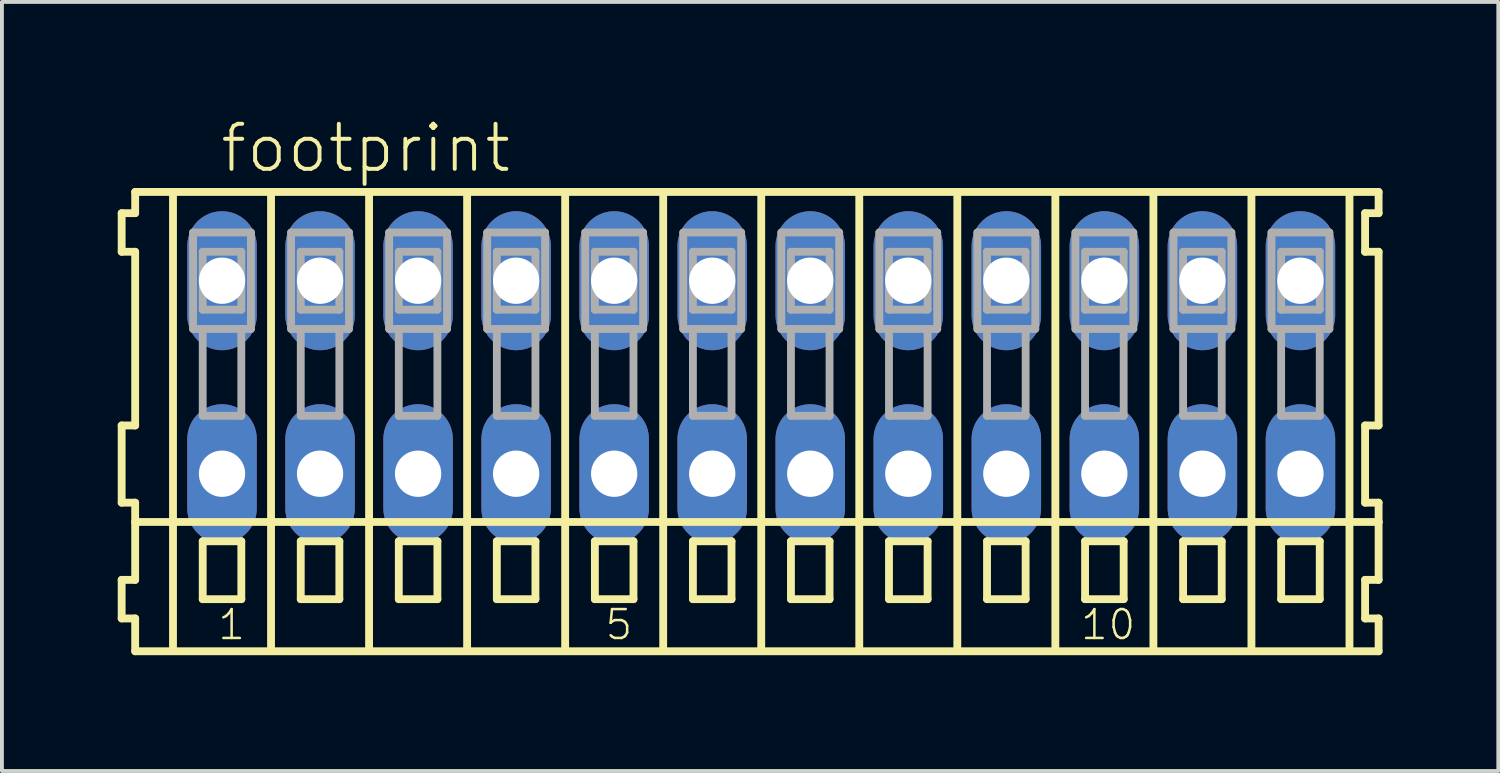
<source format=kicad_pcb>
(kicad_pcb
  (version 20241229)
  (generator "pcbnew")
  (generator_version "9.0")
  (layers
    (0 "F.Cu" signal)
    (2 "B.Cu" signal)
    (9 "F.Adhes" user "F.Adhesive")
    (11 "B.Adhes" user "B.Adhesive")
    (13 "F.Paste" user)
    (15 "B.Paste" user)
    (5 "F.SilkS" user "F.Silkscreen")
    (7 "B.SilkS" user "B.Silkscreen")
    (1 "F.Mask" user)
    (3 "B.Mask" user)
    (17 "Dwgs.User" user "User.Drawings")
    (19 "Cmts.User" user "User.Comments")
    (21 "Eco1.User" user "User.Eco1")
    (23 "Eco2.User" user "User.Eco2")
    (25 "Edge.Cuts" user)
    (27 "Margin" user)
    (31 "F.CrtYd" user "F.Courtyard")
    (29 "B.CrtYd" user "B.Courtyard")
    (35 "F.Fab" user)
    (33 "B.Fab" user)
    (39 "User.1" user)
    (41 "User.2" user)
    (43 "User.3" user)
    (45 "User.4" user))
  (footprint "footprint"
    (layer "F.Cu")
    (at 16.672 6.723)
    (property "Reference" "footprint" (at -14.07 -5.25 0) (layer "F.SilkS") (effects (font (size 1.168 1.168) (thickness 0.102)) (justify left bottom)))
    (fp_line (start -16.57 -4.25) (end -16.57 -3.25) (stroke (width 0.203) (type solid)) (layer "F.SilkS"))
    (fp_line (start -16.57 -3.25) (end -16.22 -3.25) (stroke (width 0.203) (type solid)) (layer "F.SilkS"))
    (fp_line (start -16.57 1.25) (end -16.57 3.25) (stroke (width 0.203) (type solid)) (layer "F.SilkS"))
    (fp_line (start -16.57 3.25) (end -16.22 3.25) (stroke (width 0.203) (type solid)) (layer "F.SilkS"))
    (fp_line (start -16.57 5.25) (end -16.57 6.25) (stroke (width 0.203) (type solid)) (layer "F.SilkS"))
    (fp_line (start -16.57 6.25) (end -16.22 6.25) (stroke (width 0.203) (type solid)) (layer "F.SilkS"))
    (fp_line (start -16.22 -4.8) (end -16.22 -4.25) (stroke (width 0.203) (type solid)) (layer "F.SilkS"))
    (fp_line (start -16.22 -4.25) (end -16.57 -4.25) (stroke (width 0.203) (type solid)) (layer "F.SilkS"))
    (fp_line (start -16.22 -3.25) (end -16.22 1.25) (stroke (width 0.203) (type solid)) (layer "F.SilkS"))
    (fp_line (start -16.22 1.25) (end -16.57 1.25) (stroke (width 0.203) (type solid)) (layer "F.SilkS"))
    (fp_line (start -16.22 3.25) (end -16.22 5.25) (stroke (width 0.203) (type solid)) (layer "F.SilkS"))
    (fp_line (start -16.22 3.75) (end 15.995 3.75) (stroke (width 0.203) (type solid)) (layer "F.SilkS"))
    (fp_line (start -16.22 5.25) (end -16.57 5.25) (stroke (width 0.203) (type solid)) (layer "F.SilkS"))
    (fp_line (start -16.22 6.25) (end -16.22 7.1) (stroke (width 0.203) (type solid)) (layer "F.SilkS"))
    (fp_line (start -16.22 7.1) (end 15.995 7.1) (stroke (width 0.203) (type solid)) (layer "F.SilkS"))
    (fp_line (start -15.24 6.985) (end -15.24 -4.699) (stroke (width 0.203) (type solid)) (layer "F.SilkS"))
    (fp_line (start -14.47 4.25) (end -14.47 5.75) (stroke (width 0.203) (type solid)) (layer "F.SilkS"))
    (fp_line (start -14.47 5.75) (end -13.47 5.75) (stroke (width 0.203) (type solid)) (layer "F.SilkS"))
    (fp_line (start -13.47 4.25) (end -14.47 4.25) (stroke (width 0.203) (type solid)) (layer "F.SilkS"))
    (fp_line (start -13.47 5.75) (end -13.47 4.25) (stroke (width 0.203) (type solid)) (layer "F.SilkS"))
    (fp_line (start -12.7 6.985) (end -12.7 -4.699) (stroke (width 0.203) (type solid)) (layer "F.SilkS"))
    (fp_line (start -11.93 4.25) (end -11.93 5.75) (stroke (width 0.203) (type solid)) (layer "F.SilkS"))
    (fp_line (start -11.93 5.75) (end -10.93 5.75) (stroke (width 0.203) (type solid)) (layer "F.SilkS"))
    (fp_line (start -10.93 4.25) (end -11.93 4.25) (stroke (width 0.203) (type solid)) (layer "F.SilkS"))
    (fp_line (start -10.93 5.75) (end -10.93 4.25) (stroke (width 0.203) (type solid)) (layer "F.SilkS"))
    (fp_line (start -10.16 6.985) (end -10.16 -4.699) (stroke (width 0.203) (type solid)) (layer "F.SilkS"))
    (fp_line (start -9.39 4.25) (end -9.39 5.75) (stroke (width 0.203) (type solid)) (layer "F.SilkS"))
    (fp_line (start -9.39 5.75) (end -8.39 5.75) (stroke (width 0.203) (type solid)) (layer "F.SilkS"))
    (fp_line (start -8.39 4.25) (end -9.39 4.25) (stroke (width 0.203) (type solid)) (layer "F.SilkS"))
    (fp_line (start -8.39 5.75) (end -8.39 4.25) (stroke (width 0.203) (type solid)) (layer "F.SilkS"))
    (fp_line (start -7.62 6.985) (end -7.62 -4.699) (stroke (width 0.203) (type solid)) (layer "F.SilkS"))
    (fp_line (start -6.85 4.25) (end -6.85 5.75) (stroke (width 0.203) (type solid)) (layer "F.SilkS"))
    (fp_line (start -6.85 5.75) (end -5.85 5.75) (stroke (width 0.203) (type solid)) (layer "F.SilkS"))
    (fp_line (start -5.85 4.25) (end -6.85 4.25) (stroke (width 0.203) (type solid)) (layer "F.SilkS"))
    (fp_line (start -5.85 5.75) (end -5.85 4.25) (stroke (width 0.203) (type solid)) (layer "F.SilkS"))
    (fp_line (start -5.08 6.985) (end -5.08 -4.699) (stroke (width 0.203) (type solid)) (layer "F.SilkS"))
    (fp_line (start -4.31 4.25) (end -4.31 5.75) (stroke (width 0.203) (type solid)) (layer "F.SilkS"))
    (fp_line (start -4.31 5.75) (end -3.31 5.75) (stroke (width 0.203) (type solid)) (layer "F.SilkS"))
    (fp_line (start -3.31 4.25) (end -4.31 4.25) (stroke (width 0.203) (type solid)) (layer "F.SilkS"))
    (fp_line (start -3.31 5.75) (end -3.31 4.25) (stroke (width 0.203) (type solid)) (layer "F.SilkS"))
    (fp_line (start -2.54 6.985) (end -2.54 -4.699) (stroke (width 0.203) (type solid)) (layer "F.SilkS"))
    (fp_line (start -1.77 4.25) (end -1.77 5.75) (stroke (width 0.203) (type solid)) (layer "F.SilkS"))
    (fp_line (start -1.77 5.75) (end -0.77 5.75) (stroke (width 0.203) (type solid)) (layer "F.SilkS"))
    (fp_line (start -0.77 4.25) (end -1.77 4.25) (stroke (width 0.203) (type solid)) (layer "F.SilkS"))
    (fp_line (start -0.77 5.75) (end -0.77 4.25) (stroke (width 0.203) (type solid)) (layer "F.SilkS"))
    (fp_line (start 0 6.985) (end 0 -4.699) (stroke (width 0.203) (type solid)) (layer "F.SilkS"))
    (fp_line (start 0.77 4.25) (end 0.77 5.75) (stroke (width 0.203) (type solid)) (layer "F.SilkS"))
    (fp_line (start 0.77 5.75) (end 1.77 5.75) (stroke (width 0.203) (type solid)) (layer "F.SilkS"))
    (fp_line (start 1.77 4.25) (end 0.77 4.25) (stroke (width 0.203) (type solid)) (layer "F.SilkS"))
    (fp_line (start 1.77 5.75) (end 1.77 4.25) (stroke (width 0.203) (type solid)) (layer "F.SilkS"))
    (fp_line (start 2.54 6.985) (end 2.54 -4.699) (stroke (width 0.203) (type solid)) (layer "F.SilkS"))
    (fp_line (start 3.31 4.25) (end 3.31 5.75) (stroke (width 0.203) (type solid)) (layer "F.SilkS"))
    (fp_line (start 3.31 5.75) (end 4.31 5.75) (stroke (width 0.203) (type solid)) (layer "F.SilkS"))
    (fp_line (start 4.31 4.25) (end 3.31 4.25) (stroke (width 0.203) (type solid)) (layer "F.SilkS"))
    (fp_line (start 4.31 5.75) (end 4.31 4.25) (stroke (width 0.203) (type solid)) (layer "F.SilkS"))
    (fp_line (start 5.08 6.985) (end 5.08 -4.699) (stroke (width 0.203) (type solid)) (layer "F.SilkS"))
    (fp_line (start 5.85 4.25) (end 5.85 5.75) (stroke (width 0.203) (type solid)) (layer "F.SilkS"))
    (fp_line (start 5.85 5.75) (end 6.85 5.75) (stroke (width 0.203) (type solid)) (layer "F.SilkS"))
    (fp_line (start 6.85 4.25) (end 5.85 4.25) (stroke (width 0.203) (type solid)) (layer "F.SilkS"))
    (fp_line (start 6.85 5.75) (end 6.85 4.25) (stroke (width 0.203) (type solid)) (layer "F.SilkS"))
    (fp_line (start 7.62 6.985) (end 7.62 -4.699) (stroke (width 0.203) (type solid)) (layer "F.SilkS"))
    (fp_line (start 8.39 4.25) (end 8.39 5.75) (stroke (width 0.203) (type solid)) (layer "F.SilkS"))
    (fp_line (start 8.39 5.75) (end 9.39 5.75) (stroke (width 0.203) (type solid)) (layer "F.SilkS"))
    (fp_line (start 9.39 4.25) (end 8.39 4.25) (stroke (width 0.203) (type solid)) (layer "F.SilkS"))
    (fp_line (start 9.39 5.75) (end 9.39 4.25) (stroke (width 0.203) (type solid)) (layer "F.SilkS"))
    (fp_line (start 10.16 6.985) (end 10.16 -4.699) (stroke (width 0.203) (type solid)) (layer "F.SilkS"))
    (fp_line (start 10.93 4.25) (end 10.93 5.75) (stroke (width 0.203) (type solid)) (layer "F.SilkS"))
    (fp_line (start 10.93 5.75) (end 11.93 5.75) (stroke (width 0.203) (type solid)) (layer "F.SilkS"))
    (fp_line (start 11.93 4.25) (end 10.93 4.25) (stroke (width 0.203) (type solid)) (layer "F.SilkS"))
    (fp_line (start 11.93 5.75) (end 11.93 4.25) (stroke (width 0.203) (type solid)) (layer "F.SilkS"))
    (fp_line (start 12.7 6.985) (end 12.7 -4.699) (stroke (width 0.203) (type solid)) (layer "F.SilkS"))
    (fp_line (start 13.47 4.25) (end 13.47 5.75) (stroke (width 0.203) (type solid)) (layer "F.SilkS"))
    (fp_line (start 13.47 5.75) (end 14.47 5.75) (stroke (width 0.203) (type solid)) (layer "F.SilkS"))
    (fp_line (start 14.47 4.25) (end 13.47 4.25) (stroke (width 0.203) (type solid)) (layer "F.SilkS"))
    (fp_line (start 14.47 5.75) (end 14.47 4.25) (stroke (width 0.203) (type solid)) (layer "F.SilkS"))
    (fp_line (start 15.24 6.985) (end 15.24 -4.699) (stroke (width 0.203) (type solid)) (layer "F.SilkS"))
    (fp_line (start 15.645 -4.25) (end 15.645 -3.25) (stroke (width 0.203) (type solid)) (layer "F.SilkS"))
    (fp_line (start 15.645 -3.25) (end 15.995 -3.25) (stroke (width 0.203) (type solid)) (layer "F.SilkS"))
    (fp_line (start 15.645 1.25) (end 15.645 3.25) (stroke (width 0.203) (type solid)) (layer "F.SilkS"))
    (fp_line (start 15.645 3.25) (end 15.995 3.25) (stroke (width 0.203) (type solid)) (layer "F.SilkS"))
    (fp_line (start 15.645 5.25) (end 15.645 6.25) (stroke (width 0.203) (type solid)) (layer "F.SilkS"))
    (fp_line (start 15.645 6.25) (end 15.995 6.25) (stroke (width 0.203) (type solid)) (layer "F.SilkS"))
    (fp_line (start 15.995 -4.8) (end -16.22 -4.8) (stroke (width 0.203) (type solid)) (layer "F.SilkS"))
    (fp_line (start 15.995 -4.25) (end 15.645 -4.25) (stroke (width 0.203) (type solid)) (layer "F.SilkS"))
    (fp_line (start 15.995 -4.25) (end 15.995 -4.8) (stroke (width 0.203) (type solid)) (layer "F.SilkS"))
    (fp_line (start 15.995 1.25) (end 15.645 1.25) (stroke (width 0.203) (type solid)) (layer "F.SilkS"))
    (fp_line (start 15.995 1.25) (end 15.995 -3.25) (stroke (width 0.203) (type solid)) (layer "F.SilkS"))
    (fp_line (start 15.995 3.75) (end 15.995 3.25) (stroke (width 0.203) (type solid)) (layer "F.SilkS"))
    (fp_line (start 15.995 5.25) (end 15.645 5.25) (stroke (width 0.203) (type solid)) (layer "F.SilkS"))
    (fp_line (start 15.995 5.25) (end 15.995 3.75) (stroke (width 0.203) (type solid)) (layer "F.SilkS"))
    (fp_line (start 15.995 7.1) (end 15.995 6.25) (stroke (width 0.203) (type solid)) (layer "F.SilkS"))
    (fp_line (start -14.72 -3.75) (end -14.72 -1.25) (stroke (width 0.203) (type solid)) (layer "F.Fab"))
    (fp_line (start -14.72 -1.25) (end -14.47 -1.25) (stroke (width 0.203) (type solid)) (layer "F.Fab"))
    (fp_line (start -14.47 -3.25) (end -14.47 -1.75) (stroke (width 0.203) (type solid)) (layer "F.Fab"))
    (fp_line (start -14.47 -1.75) (end -13.47 -1.75) (stroke (width 0.203) (type solid)) (layer "F.Fab"))
    (fp_line (start -14.47 -1.25) (end -14.47 1) (stroke (width 0.203) (type solid)) (layer "F.Fab"))
    (fp_line (start -14.47 -1.25) (end -13.47 -1.25) (stroke (width 0.203) (type solid)) (layer "F.Fab"))
    (fp_line (start -14.47 1) (end -13.47 1) (stroke (width 0.203) (type solid)) (layer "F.Fab"))
    (fp_line (start -13.47 -3.25) (end -14.47 -3.25) (stroke (width 0.203) (type solid)) (layer "F.Fab"))
    (fp_line (start -13.47 -1.75) (end -13.47 -3.25) (stroke (width 0.203) (type solid)) (layer "F.Fab"))
    (fp_line (start -13.47 -1.25) (end -13.22 -1.25) (stroke (width 0.203) (type solid)) (layer "F.Fab"))
    (fp_line (start -13.47 1) (end -13.47 -1.25) (stroke (width 0.203) (type solid)) (layer "F.Fab"))
    (fp_line (start -13.22 -3.75) (end -14.72 -3.75) (stroke (width 0.203) (type solid)) (layer "F.Fab"))
    (fp_line (start -13.22 -1.25) (end -13.22 -3.75) (stroke (width 0.203) (type solid)) (layer "F.Fab"))
    (fp_line (start -12.18 -3.75) (end -12.18 -1.25) (stroke (width 0.203) (type solid)) (layer "F.Fab"))
    (fp_line (start -12.18 -1.25) (end -11.93 -1.25) (stroke (width 0.203) (type solid)) (layer "F.Fab"))
    (fp_line (start -11.93 -3.25) (end -11.93 -1.75) (stroke (width 0.203) (type solid)) (layer "F.Fab"))
    (fp_line (start -11.93 -1.75) (end -10.93 -1.75) (stroke (width 0.203) (type solid)) (layer "F.Fab"))
    (fp_line (start -11.93 -1.25) (end -11.93 1) (stroke (width 0.203) (type solid)) (layer "F.Fab"))
    (fp_line (start -11.93 -1.25) (end -10.93 -1.25) (stroke (width 0.203) (type solid)) (layer "F.Fab"))
    (fp_line (start -11.93 1) (end -10.93 1) (stroke (width 0.203) (type solid)) (layer "F.Fab"))
    (fp_line (start -10.93 -3.25) (end -11.93 -3.25) (stroke (width 0.203) (type solid)) (layer "F.Fab"))
    (fp_line (start -10.93 -1.75) (end -10.93 -3.25) (stroke (width 0.203) (type solid)) (layer "F.Fab"))
    (fp_line (start -10.93 -1.25) (end -10.68 -1.25) (stroke (width 0.203) (type solid)) (layer "F.Fab"))
    (fp_line (start -10.93 1) (end -10.93 -1.25) (stroke (width 0.203) (type solid)) (layer "F.Fab"))
    (fp_line (start -10.68 -3.75) (end -12.18 -3.75) (stroke (width 0.203) (type solid)) (layer "F.Fab"))
    (fp_line (start -10.68 -1.25) (end -10.68 -3.75) (stroke (width 0.203) (type solid)) (layer "F.Fab"))
    (fp_line (start -9.64 -3.75) (end -9.64 -1.25) (stroke (width 0.203) (type solid)) (layer "F.Fab"))
    (fp_line (start -9.64 -1.25) (end -9.39 -1.25) (stroke (width 0.203) (type solid)) (layer "F.Fab"))
    (fp_line (start -9.39 -3.25) (end -9.39 -1.75) (stroke (width 0.203) (type solid)) (layer "F.Fab"))
    (fp_line (start -9.39 -1.75) (end -8.39 -1.75) (stroke (width 0.203) (type solid)) (layer "F.Fab"))
    (fp_line (start -9.39 -1.25) (end -9.39 1) (stroke (width 0.203) (type solid)) (layer "F.Fab"))
    (fp_line (start -9.39 -1.25) (end -8.39 -1.25) (stroke (width 0.203) (type solid)) (layer "F.Fab"))
    (fp_line (start -9.39 1) (end -8.39 1) (stroke (width 0.203) (type solid)) (layer "F.Fab"))
    (fp_line (start -8.39 -3.25) (end -9.39 -3.25) (stroke (width 0.203) (type solid)) (layer "F.Fab"))
    (fp_line (start -8.39 -1.75) (end -8.39 -3.25) (stroke (width 0.203) (type solid)) (layer "F.Fab"))
    (fp_line (start -8.39 -1.25) (end -8.14 -1.25) (stroke (width 0.203) (type solid)) (layer "F.Fab"))
    (fp_line (start -8.39 1) (end -8.39 -1.25) (stroke (width 0.203) (type solid)) (layer "F.Fab"))
    (fp_line (start -8.14 -3.75) (end -9.64 -3.75) (stroke (width 0.203) (type solid)) (layer "F.Fab"))
    (fp_line (start -8.14 -1.25) (end -8.14 -3.75) (stroke (width 0.203) (type solid)) (layer "F.Fab"))
    (fp_line (start -7.1 -3.75) (end -7.1 -1.25) (stroke (width 0.203) (type solid)) (layer "F.Fab"))
    (fp_line (start -7.1 -1.25) (end -6.85 -1.25) (stroke (width 0.203) (type solid)) (layer "F.Fab"))
    (fp_line (start -6.85 -3.25) (end -6.85 -1.75) (stroke (width 0.203) (type solid)) (layer "F.Fab"))
    (fp_line (start -6.85 -1.75) (end -5.85 -1.75) (stroke (width 0.203) (type solid)) (layer "F.Fab"))
    (fp_line (start -6.85 -1.25) (end -6.85 1) (stroke (width 0.203) (type solid)) (layer "F.Fab"))
    (fp_line (start -6.85 -1.25) (end -5.85 -1.25) (stroke (width 0.203) (type solid)) (layer "F.Fab"))
    (fp_line (start -6.85 1) (end -5.85 1) (stroke (width 0.203) (type solid)) (layer "F.Fab"))
    (fp_line (start -5.85 -3.25) (end -6.85 -3.25) (stroke (width 0.203) (type solid)) (layer "F.Fab"))
    (fp_line (start -5.85 -1.75) (end -5.85 -3.25) (stroke (width 0.203) (type solid)) (layer "F.Fab"))
    (fp_line (start -5.85 -1.25) (end -5.6 -1.25) (stroke (width 0.203) (type solid)) (layer "F.Fab"))
    (fp_line (start -5.85 1) (end -5.85 -1.25) (stroke (width 0.203) (type solid)) (layer "F.Fab"))
    (fp_line (start -5.6 -3.75) (end -7.1 -3.75) (stroke (width 0.203) (type solid)) (layer "F.Fab"))
    (fp_line (start -5.6 -1.25) (end -5.6 -3.75) (stroke (width 0.203) (type solid)) (layer "F.Fab"))
    (fp_line (start -4.56 -3.75) (end -4.56 -1.25) (stroke (width 0.203) (type solid)) (layer "F.Fab"))
    (fp_line (start -4.56 -1.25) (end -4.31 -1.25) (stroke (width 0.203) (type solid)) (layer "F.Fab"))
    (fp_line (start -4.31 -3.25) (end -4.31 -1.75) (stroke (width 0.203) (type solid)) (layer "F.Fab"))
    (fp_line (start -4.31 -1.75) (end -3.31 -1.75) (stroke (width 0.203) (type solid)) (layer "F.Fab"))
    (fp_line (start -4.31 -1.25) (end -4.31 1) (stroke (width 0.203) (type solid)) (layer "F.Fab"))
    (fp_line (start -4.31 -1.25) (end -3.31 -1.25) (stroke (width 0.203) (type solid)) (layer "F.Fab"))
    (fp_line (start -4.31 1) (end -3.31 1) (stroke (width 0.203) (type solid)) (layer "F.Fab"))
    (fp_line (start -3.31 -3.25) (end -4.31 -3.25) (stroke (width 0.203) (type solid)) (layer "F.Fab"))
    (fp_line (start -3.31 -1.75) (end -3.31 -3.25) (stroke (width 0.203) (type solid)) (layer "F.Fab"))
    (fp_line (start -3.31 -1.25) (end -3.06 -1.25) (stroke (width 0.203) (type solid)) (layer "F.Fab"))
    (fp_line (start -3.31 1) (end -3.31 -1.25) (stroke (width 0.203) (type solid)) (layer "F.Fab"))
    (fp_line (start -3.06 -3.75) (end -4.56 -3.75) (stroke (width 0.203) (type solid)) (layer "F.Fab"))
    (fp_line (start -3.06 -1.25) (end -3.06 -3.75) (stroke (width 0.203) (type solid)) (layer "F.Fab"))
    (fp_line (start -2.02 -3.75) (end -2.02 -1.25) (stroke (width 0.203) (type solid)) (layer "F.Fab"))
    (fp_line (start -2.02 -1.25) (end -1.77 -1.25) (stroke (width 0.203) (type solid)) (layer "F.Fab"))
    (fp_line (start -1.77 -3.25) (end -1.77 -1.75) (stroke (width 0.203) (type solid)) (layer "F.Fab"))
    (fp_line (start -1.77 -1.75) (end -0.77 -1.75) (stroke (width 0.203) (type solid)) (layer "F.Fab"))
    (fp_line (start -1.77 -1.25) (end -1.77 1) (stroke (width 0.203) (type solid)) (layer "F.Fab"))
    (fp_line (start -1.77 -1.25) (end -0.77 -1.25) (stroke (width 0.203) (type solid)) (layer "F.Fab"))
    (fp_line (start -1.77 1) (end -0.77 1) (stroke (width 0.203) (type solid)) (layer "F.Fab"))
    (fp_line (start -0.77 -3.25) (end -1.77 -3.25) (stroke (width 0.203) (type solid)) (layer "F.Fab"))
    (fp_line (start -0.77 -1.75) (end -0.77 -3.25) (stroke (width 0.203) (type solid)) (layer "F.Fab"))
    (fp_line (start -0.77 -1.25) (end -0.52 -1.25) (stroke (width 0.203) (type solid)) (layer "F.Fab"))
    (fp_line (start -0.77 1) (end -0.77 -1.25) (stroke (width 0.203) (type solid)) (layer "F.Fab"))
    (fp_line (start -0.52 -3.75) (end -2.02 -3.75) (stroke (width 0.203) (type solid)) (layer "F.Fab"))
    (fp_line (start -0.52 -1.25) (end -0.52 -3.75) (stroke (width 0.203) (type solid)) (layer "F.Fab"))
    (fp_line (start 0.52 -3.75) (end 0.52 -1.25) (stroke (width 0.203) (type solid)) (layer "F.Fab"))
    (fp_line (start 0.52 -1.25) (end 0.77 -1.25) (stroke (width 0.203) (type solid)) (layer "F.Fab"))
    (fp_line (start 0.77 -3.25) (end 0.77 -1.75) (stroke (width 0.203) (type solid)) (layer "F.Fab"))
    (fp_line (start 0.77 -1.75) (end 1.77 -1.75) (stroke (width 0.203) (type solid)) (layer "F.Fab"))
    (fp_line (start 0.77 -1.25) (end 0.77 1) (stroke (width 0.203) (type solid)) (layer "F.Fab"))
    (fp_line (start 0.77 -1.25) (end 1.77 -1.25) (stroke (width 0.203) (type solid)) (layer "F.Fab"))
    (fp_line (start 0.77 1) (end 1.77 1) (stroke (width 0.203) (type solid)) (layer "F.Fab"))
    (fp_line (start 1.77 -3.25) (end 0.77 -3.25) (stroke (width 0.203) (type solid)) (layer "F.Fab"))
    (fp_line (start 1.77 -1.75) (end 1.77 -3.25) (stroke (width 0.203) (type solid)) (layer "F.Fab"))
    (fp_line (start 1.77 -1.25) (end 2.02 -1.25) (stroke (width 0.203) (type solid)) (layer "F.Fab"))
    (fp_line (start 1.77 1) (end 1.77 -1.25) (stroke (width 0.203) (type solid)) (layer "F.Fab"))
    (fp_line (start 2.02 -3.75) (end 0.52 -3.75) (stroke (width 0.203) (type solid)) (layer "F.Fab"))
    (fp_line (start 2.02 -1.25) (end 2.02 -3.75) (stroke (width 0.203) (type solid)) (layer "F.Fab"))
    (fp_line (start 3.06 -3.75) (end 3.06 -1.25) (stroke (width 0.203) (type solid)) (layer "F.Fab"))
    (fp_line (start 3.06 -1.25) (end 3.31 -1.25) (stroke (width 0.203) (type solid)) (layer "F.Fab"))
    (fp_line (start 3.31 -3.25) (end 3.31 -1.75) (stroke (width 0.203) (type solid)) (layer "F.Fab"))
    (fp_line (start 3.31 -1.75) (end 4.31 -1.75) (stroke (width 0.203) (type solid)) (layer "F.Fab"))
    (fp_line (start 3.31 -1.25) (end 3.31 1) (stroke (width 0.203) (type solid)) (layer "F.Fab"))
    (fp_line (start 3.31 -1.25) (end 4.31 -1.25) (stroke (width 0.203) (type solid)) (layer "F.Fab"))
    (fp_line (start 3.31 1) (end 4.31 1) (stroke (width 0.203) (type solid)) (layer "F.Fab"))
    (fp_line (start 4.31 -3.25) (end 3.31 -3.25) (stroke (width 0.203) (type solid)) (layer "F.Fab"))
    (fp_line (start 4.31 -1.75) (end 4.31 -3.25) (stroke (width 0.203) (type solid)) (layer "F.Fab"))
    (fp_line (start 4.31 -1.25) (end 4.56 -1.25) (stroke (width 0.203) (type solid)) (layer "F.Fab"))
    (fp_line (start 4.31 1) (end 4.31 -1.25) (stroke (width 0.203) (type solid)) (layer "F.Fab"))
    (fp_line (start 4.56 -3.75) (end 3.06 -3.75) (stroke (width 0.203) (type solid)) (layer "F.Fab"))
    (fp_line (start 4.56 -1.25) (end 4.56 -3.75) (stroke (width 0.203) (type solid)) (layer "F.Fab"))
    (fp_line (start 5.6 -3.75) (end 5.6 -1.25) (stroke (width 0.203) (type solid)) (layer "F.Fab"))
    (fp_line (start 5.6 -1.25) (end 5.85 -1.25) (stroke (width 0.203) (type solid)) (layer "F.Fab"))
    (fp_line (start 5.85 -3.25) (end 5.85 -1.75) (stroke (width 0.203) (type solid)) (layer "F.Fab"))
    (fp_line (start 5.85 -1.75) (end 6.85 -1.75) (stroke (width 0.203) (type solid)) (layer "F.Fab"))
    (fp_line (start 5.85 -1.25) (end 5.85 1) (stroke (width 0.203) (type solid)) (layer "F.Fab"))
    (fp_line (start 5.85 -1.25) (end 6.85 -1.25) (stroke (width 0.203) (type solid)) (layer "F.Fab"))
    (fp_line (start 5.85 1) (end 6.85 1) (stroke (width 0.203) (type solid)) (layer "F.Fab"))
    (fp_line (start 6.85 -3.25) (end 5.85 -3.25) (stroke (width 0.203) (type solid)) (layer "F.Fab"))
    (fp_line (start 6.85 -1.75) (end 6.85 -3.25) (stroke (width 0.203) (type solid)) (layer "F.Fab"))
    (fp_line (start 6.85 -1.25) (end 7.1 -1.25) (stroke (width 0.203) (type solid)) (layer "F.Fab"))
    (fp_line (start 6.85 1) (end 6.85 -1.25) (stroke (width 0.203) (type solid)) (layer "F.Fab"))
    (fp_line (start 7.1 -3.75) (end 5.6 -3.75) (stroke (width 0.203) (type solid)) (layer "F.Fab"))
    (fp_line (start 7.1 -1.25) (end 7.1 -3.75) (stroke (width 0.203) (type solid)) (layer "F.Fab"))
    (fp_line (start 8.14 -3.75) (end 8.14 -1.25) (stroke (width 0.203) (type solid)) (layer "F.Fab"))
    (fp_line (start 8.14 -1.25) (end 8.39 -1.25) (stroke (width 0.203) (type solid)) (layer "F.Fab"))
    (fp_line (start 8.39 -3.25) (end 8.39 -1.75) (stroke (width 0.203) (type solid)) (layer "F.Fab"))
    (fp_line (start 8.39 -1.75) (end 9.39 -1.75) (stroke (width 0.203) (type solid)) (layer "F.Fab"))
    (fp_line (start 8.39 -1.25) (end 8.39 1) (stroke (width 0.203) (type solid)) (layer "F.Fab"))
    (fp_line (start 8.39 -1.25) (end 9.39 -1.25) (stroke (width 0.203) (type solid)) (layer "F.Fab"))
    (fp_line (start 8.39 1) (end 9.39 1) (stroke (width 0.203) (type solid)) (layer "F.Fab"))
    (fp_line (start 9.39 -3.25) (end 8.39 -3.25) (stroke (width 0.203) (type solid)) (layer "F.Fab"))
    (fp_line (start 9.39 -1.75) (end 9.39 -3.25) (stroke (width 0.203) (type solid)) (layer "F.Fab"))
    (fp_line (start 9.39 -1.25) (end 9.64 -1.25) (stroke (width 0.203) (type solid)) (layer "F.Fab"))
    (fp_line (start 9.39 1) (end 9.39 -1.25) (stroke (width 0.203) (type solid)) (layer "F.Fab"))
    (fp_line (start 9.64 -3.75) (end 8.14 -3.75) (stroke (width 0.203) (type solid)) (layer "F.Fab"))
    (fp_line (start 9.64 -1.25) (end 9.64 -3.75) (stroke (width 0.203) (type solid)) (layer "F.Fab"))
    (fp_line (start 10.68 -3.75) (end 10.68 -1.25) (stroke (width 0.203) (type solid)) (layer "F.Fab"))
    (fp_line (start 10.68 -1.25) (end 10.93 -1.25) (stroke (width 0.203) (type solid)) (layer "F.Fab"))
    (fp_line (start 10.93 -3.25) (end 10.93 -1.75) (stroke (width 0.203) (type solid)) (layer "F.Fab"))
    (fp_line (start 10.93 -1.75) (end 11.93 -1.75) (stroke (width 0.203) (type solid)) (layer "F.Fab"))
    (fp_line (start 10.93 -1.25) (end 10.93 1) (stroke (width 0.203) (type solid)) (layer "F.Fab"))
    (fp_line (start 10.93 -1.25) (end 11.93 -1.25) (stroke (width 0.203) (type solid)) (layer "F.Fab"))
    (fp_line (start 10.93 1) (end 11.93 1) (stroke (width 0.203) (type solid)) (layer "F.Fab"))
    (fp_line (start 11.93 -3.25) (end 10.93 -3.25) (stroke (width 0.203) (type solid)) (layer "F.Fab"))
    (fp_line (start 11.93 -1.75) (end 11.93 -3.25) (stroke (width 0.203) (type solid)) (layer "F.Fab"))
    (fp_line (start 11.93 -1.25) (end 12.18 -1.25) (stroke (width 0.203) (type solid)) (layer "F.Fab"))
    (fp_line (start 11.93 1) (end 11.93 -1.25) (stroke (width 0.203) (type solid)) (layer "F.Fab"))
    (fp_line (start 12.18 -3.75) (end 10.68 -3.75) (stroke (width 0.203) (type solid)) (layer "F.Fab"))
    (fp_line (start 12.18 -1.25) (end 12.18 -3.75) (stroke (width 0.203) (type solid)) (layer "F.Fab"))
    (fp_line (start 13.22 -3.75) (end 13.22 -1.25) (stroke (width 0.203) (type solid)) (layer "F.Fab"))
    (fp_line (start 13.22 -1.25) (end 13.47 -1.25) (stroke (width 0.203) (type solid)) (layer "F.Fab"))
    (fp_line (start 13.47 -3.25) (end 13.47 -1.75) (stroke (width 0.203) (type solid)) (layer "F.Fab"))
    (fp_line (start 13.47 -1.75) (end 14.47 -1.75) (stroke (width 0.203) (type solid)) (layer "F.Fab"))
    (fp_line (start 13.47 -1.25) (end 13.47 1) (stroke (width 0.203) (type solid)) (layer "F.Fab"))
    (fp_line (start 13.47 -1.25) (end 14.47 -1.25) (stroke (width 0.203) (type solid)) (layer "F.Fab"))
    (fp_line (start 13.47 1) (end 14.47 1) (stroke (width 0.203) (type solid)) (layer "F.Fab"))
    (fp_line (start 14.47 -3.25) (end 13.47 -3.25) (stroke (width 0.203) (type solid)) (layer "F.Fab"))
    (fp_line (start 14.47 -1.75) (end 14.47 -3.25) (stroke (width 0.203) (type solid)) (layer "F.Fab"))
    (fp_line (start 14.47 -1.25) (end 14.72 -1.25) (stroke (width 0.203) (type solid)) (layer "F.Fab"))
    (fp_line (start 14.47 1) (end 14.47 -1.25) (stroke (width 0.203) (type solid)) (layer "F.Fab"))
    (fp_line (start 14.72 -3.75) (end 13.22 -3.75) (stroke (width 0.203) (type solid)) (layer "F.Fab"))
    (fp_line (start 14.72 -1.25) (end 14.72 -3.75) (stroke (width 0.203) (type solid)) (layer "F.Fab"))
    (fp_text user "10" (at 8.232 6.85 0) (layer "F.SilkS") (effects (font (size 0.748 0.748) (thickness 0.065)) (justify left bottom)))
    (fp_text user "1" (at -14.12 6.85 0) (layer "F.SilkS") (effects (font (size 0.748 0.748) (thickness 0.065)) (justify left bottom)))
    (fp_text user "5" (at -4.087 6.85 0) (layer "F.SilkS") (effects (font (size 0.748 0.748) (thickness 0.065)) (justify left bottom)))
    (pad "A1" thru_hole oval (at -13.97 -2.5 90) (size 3.6 1.8) (drill 1.2) (layers "*.Cu" "*.Mask"))
    (pad "A2" thru_hole oval (at -11.43 -2.5 90) (size 3.6 1.8) (drill 1.2) (layers "*.Cu" "*.Mask"))
    (pad "A3" thru_hole oval (at -8.89 -2.5 90) (size 3.6 1.8) (drill 1.2) (layers "*.Cu" "*.Mask"))
    (pad "A4" thru_hole oval (at -6.35 -2.5 90) (size 3.6 1.8) (drill 1.2) (layers "*.Cu" "*.Mask"))
    (pad "A5" thru_hole oval (at -3.81 -2.5 90) (size 3.6 1.8) (drill 1.2) (layers "*.Cu" "*.Mask"))
    (pad "A6" thru_hole oval (at -1.27 -2.5 90) (size 3.6 1.8) (drill 1.2) (layers "*.Cu" "*.Mask"))
    (pad "A7" thru_hole oval (at 1.27 -2.5 90) (size 3.6 1.8) (drill 1.2) (layers "*.Cu" "*.Mask"))
    (pad "A8" thru_hole oval (at 3.81 -2.5 90) (size 3.6 1.8) (drill 1.2) (layers "*.Cu" "*.Mask"))
    (pad "A9" thru_hole oval (at 6.35 -2.5 90) (size 3.6 1.8) (drill 1.2) (layers "*.Cu" "*.Mask"))
    (pad "A10" thru_hole oval (at 8.89 -2.5 90) (size 3.6 1.8) (drill 1.2) (layers "*.Cu" "*.Mask"))
    (pad "A11" thru_hole oval (at 11.43 -2.5 90) (size 3.6 1.8) (drill 1.2) (layers "*.Cu" "*.Mask"))
    (pad "A12" thru_hole oval (at 13.97 -2.5 90) (size 3.6 1.8) (drill 1.2) (layers "*.Cu" "*.Mask"))
    (pad "B1" thru_hole oval (at -13.97 2.5 90) (size 3.6 1.8) (drill 1.2) (layers "*.Cu" "*.Mask"))
    (pad "B2" thru_hole oval (at -11.43 2.5 90) (size 3.6 1.8) (drill 1.2) (layers "*.Cu" "*.Mask"))
    (pad "B3" thru_hole oval (at -8.89 2.5 90) (size 3.6 1.8) (drill 1.2) (layers "*.Cu" "*.Mask"))
    (pad "B4" thru_hole oval (at -6.35 2.5 90) (size 3.6 1.8) (drill 1.2) (layers "*.Cu" "*.Mask"))
    (pad "B5" thru_hole oval (at -3.81 2.5 90) (size 3.6 1.8) (drill 1.2) (layers "*.Cu" "*.Mask"))
    (pad "B6" thru_hole oval (at -1.27 2.5 90) (size 3.6 1.8) (drill 1.2) (layers "*.Cu" "*.Mask"))
    (pad "B7" thru_hole oval (at 1.27 2.5 90) (size 3.6 1.8) (drill 1.2) (layers "*.Cu" "*.Mask"))
    (pad "B8" thru_hole oval (at 3.81 2.5 90) (size 3.6 1.8) (drill 1.2) (layers "*.Cu" "*.Mask"))
    (pad "B9" thru_hole oval (at 6.35 2.5 90) (size 3.6 1.8) (drill 1.2) (layers "*.Cu" "*.Mask"))
    (pad "B10" thru_hole oval (at 8.89 2.5 90) (size 3.6 1.8) (drill 1.2) (layers "*.Cu" "*.Mask"))
    (pad "B11" thru_hole oval (at 11.43 2.5 90) (size 3.6 1.8) (drill 1.2) (layers "*.Cu" "*.Mask"))
    (pad "B12" thru_hole oval (at 13.97 2.5 90) (size 3.6 1.8) (drill 1.2) (layers "*.Cu" "*.Mask")))
  (gr_rect
    (start -3 -3)
    (end 35.768 16.925)
    (stroke (width 0.1) (type default))
    (fill no)
    (layer "Edge.Cuts")))
</source>
